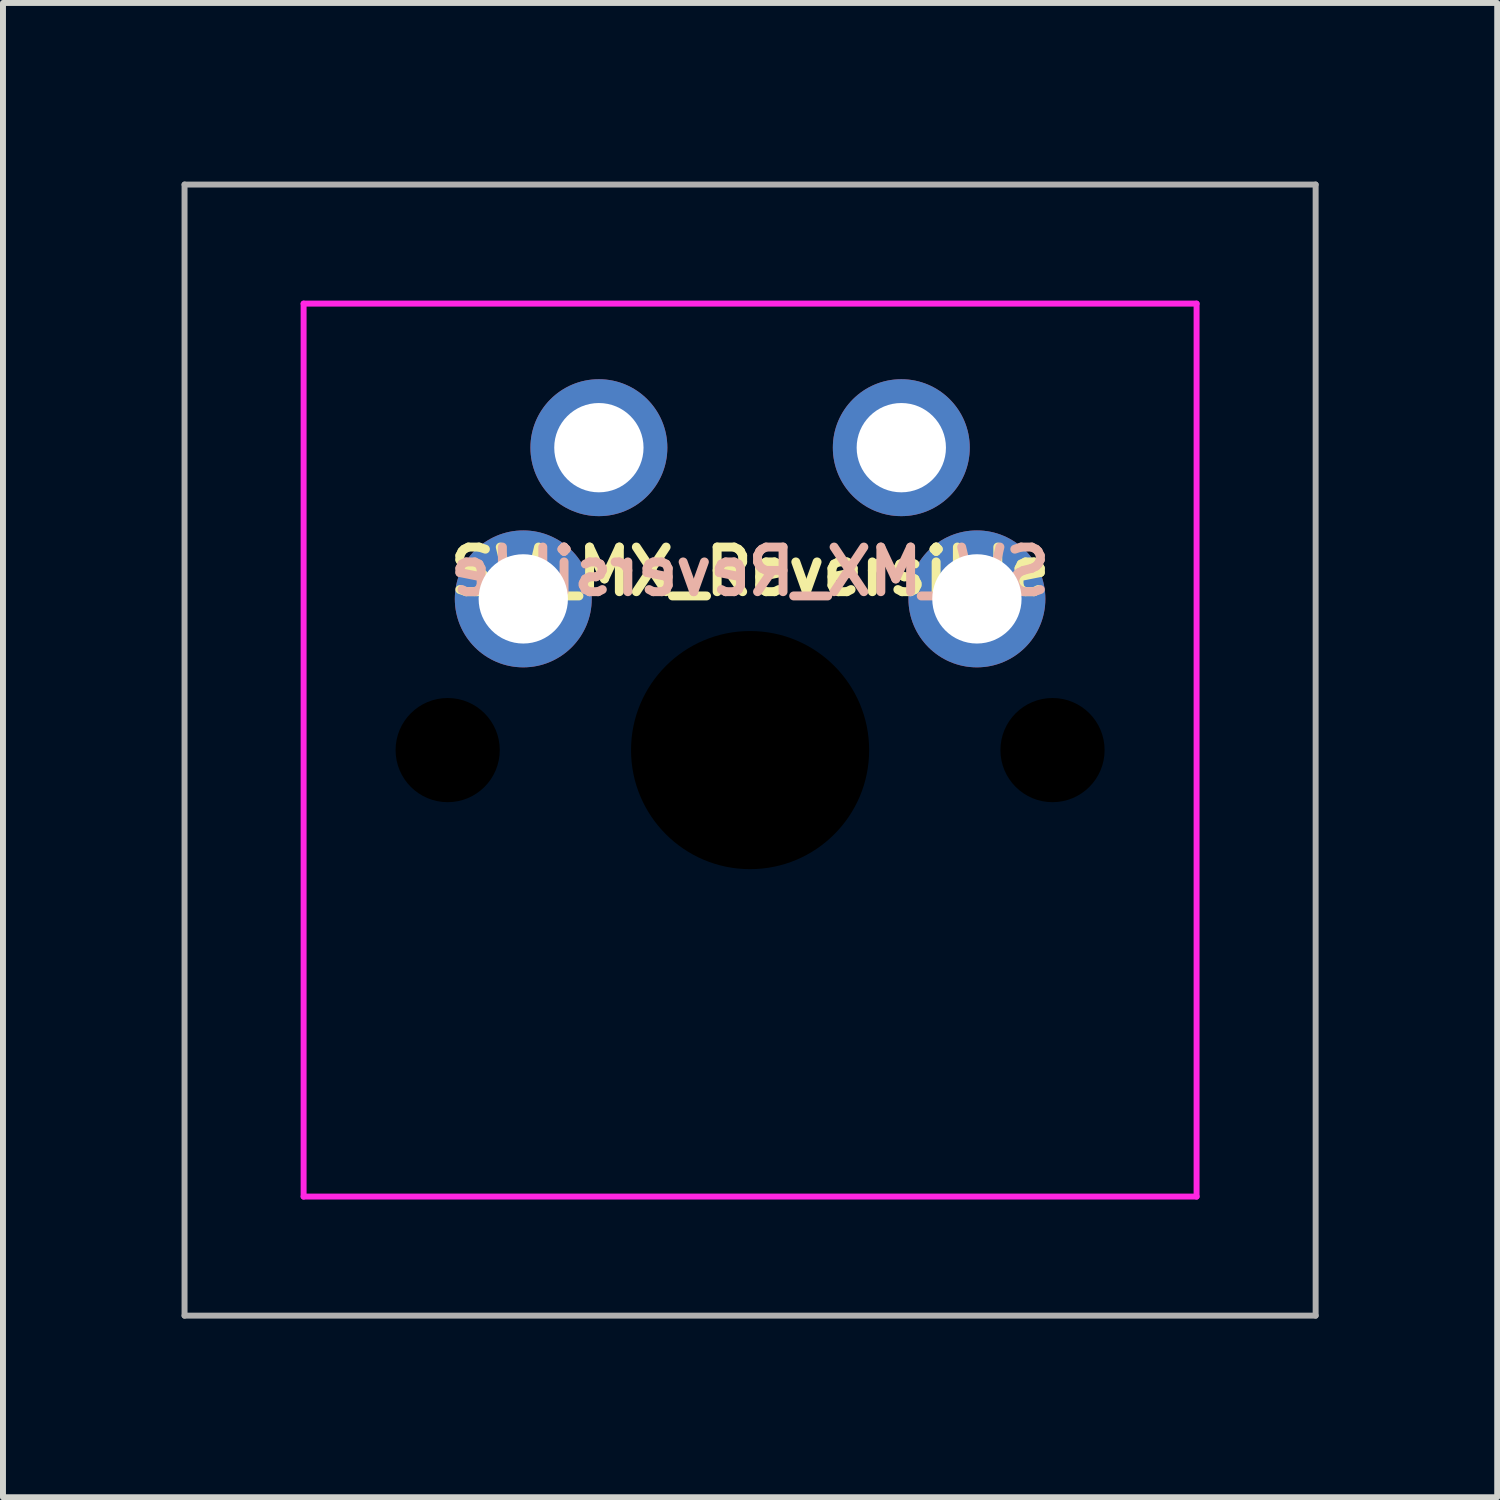
<source format=kicad_pcb>
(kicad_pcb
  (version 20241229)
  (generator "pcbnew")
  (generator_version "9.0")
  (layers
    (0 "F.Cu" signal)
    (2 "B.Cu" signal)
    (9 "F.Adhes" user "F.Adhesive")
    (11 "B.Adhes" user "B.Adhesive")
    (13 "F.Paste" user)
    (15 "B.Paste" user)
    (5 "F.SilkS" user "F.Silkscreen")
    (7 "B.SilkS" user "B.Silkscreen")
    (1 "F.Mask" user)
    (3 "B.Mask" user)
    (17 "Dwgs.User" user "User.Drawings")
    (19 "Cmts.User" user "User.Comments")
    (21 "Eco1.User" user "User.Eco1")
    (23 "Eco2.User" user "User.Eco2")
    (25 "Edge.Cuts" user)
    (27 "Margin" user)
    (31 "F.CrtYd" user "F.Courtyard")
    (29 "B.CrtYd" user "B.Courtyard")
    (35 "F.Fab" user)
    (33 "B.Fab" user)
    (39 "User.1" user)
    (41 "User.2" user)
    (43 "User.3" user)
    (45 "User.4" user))
  (footprint "SW_MX_Reversible"
    (layer "F.Cu")
    (at 9.55 9.55)
    (property "Reference" "SW_MX_Reversible" (at 0 -3 0) (layer "F.SilkS") (effects (font (size 0.75 0.75) (thickness 0.15))))
    (attr through_hole)
    (fp_line (start -0.5 4.7) (end 0 4.7) (stroke (width 0.1) (type solid)) (layer "Eco2.User"))
    (fp_line (start 0 4.2) (end 0 4.7) (stroke (width 0.1) (type solid)) (layer "Eco2.User"))
    (fp_line (start 0 4.7) (end 0 5.2) (stroke (width 0.1) (type solid)) (layer "Eco2.User"))
    (fp_line (start 0 4.7) (end 0.5 4.7) (stroke (width 0.1) (type solid)) (layer "Eco2.User"))
    (fp_line (start -7.5 -7.5) (end 7.5 -7.5) (stroke (width 0.1) (type solid)) (layer "F.CrtYd"))
    (fp_line (start -7.5 7.5) (end -7.5 -7.5) (stroke (width 0.1) (type solid)) (layer "F.CrtYd"))
    (fp_line (start 7.5 -7.5) (end 7.5 7.5) (stroke (width 0.1) (type solid)) (layer "F.CrtYd"))
    (fp_line (start 7.5 7.5) (end -7.5 7.5) (stroke (width 0.1) (type solid)) (layer "F.CrtYd"))
    (fp_line (start -9.5 -9.5) (end 9.5 -9.5) (stroke (width 0.1) (type solid)) (layer "F.Fab"))
    (fp_line (start -9.5 9.5) (end -9.5 -9.5) (stroke (width 0.1) (type solid)) (layer "F.Fab"))
    (fp_line (start -9.5 9.5) (end 9.5 9.5) (stroke (width 0.1) (type solid)) (layer "F.Fab"))
    (fp_line (start 9.5 9.5) (end 9.5 -9.5) (stroke (width 0.1) (type solid)) (layer "F.Fab"))
    (fp_text user "${REFERENCE}" (at 0 -3 0) (layer "B.SilkS") (effects (font (size 0.75 0.75) (thickness 0.15)) (justify mirror)))
    (pad "" np_thru_hole circle (at -5.08 0) (size 1.75 1.75) (drill 1.75) (layers "*.Mask"))
    (pad "" np_thru_hole circle (at 0 0) (size 4 4) (drill 4) (layers "*.Mask"))
    (pad "" np_thru_hole circle (at 5.08 0) (size 1.75 1.75) (drill 1.75) (layers "*.Mask"))
    (pad "1" thru_hole circle (at -3.81 -2.54) (size 2.3 2.3) (drill 1.5) (layers "*.Cu" "*.Mask"))
    (pad "1" thru_hole circle (at 3.81 -2.54) (size 2.3 2.3) (drill 1.5) (layers "*.Cu" "*.Mask"))
    (pad "2" thru_hole circle (at -2.54 -5.08) (size 2.3 2.3) (drill 1.5) (layers "*.Cu" "*.Mask"))
    (pad "2" thru_hole circle (at 2.54 -5.08) (size 2.3 2.3) (drill 1.5) (layers "*.Cu" "*.Mask")))
  (gr_rect
    (start -3 -3)
    (end 22.1 22.1)
    (stroke (width 0.1) (type default))
    (fill no)
    (layer "Edge.Cuts")))
</source>
